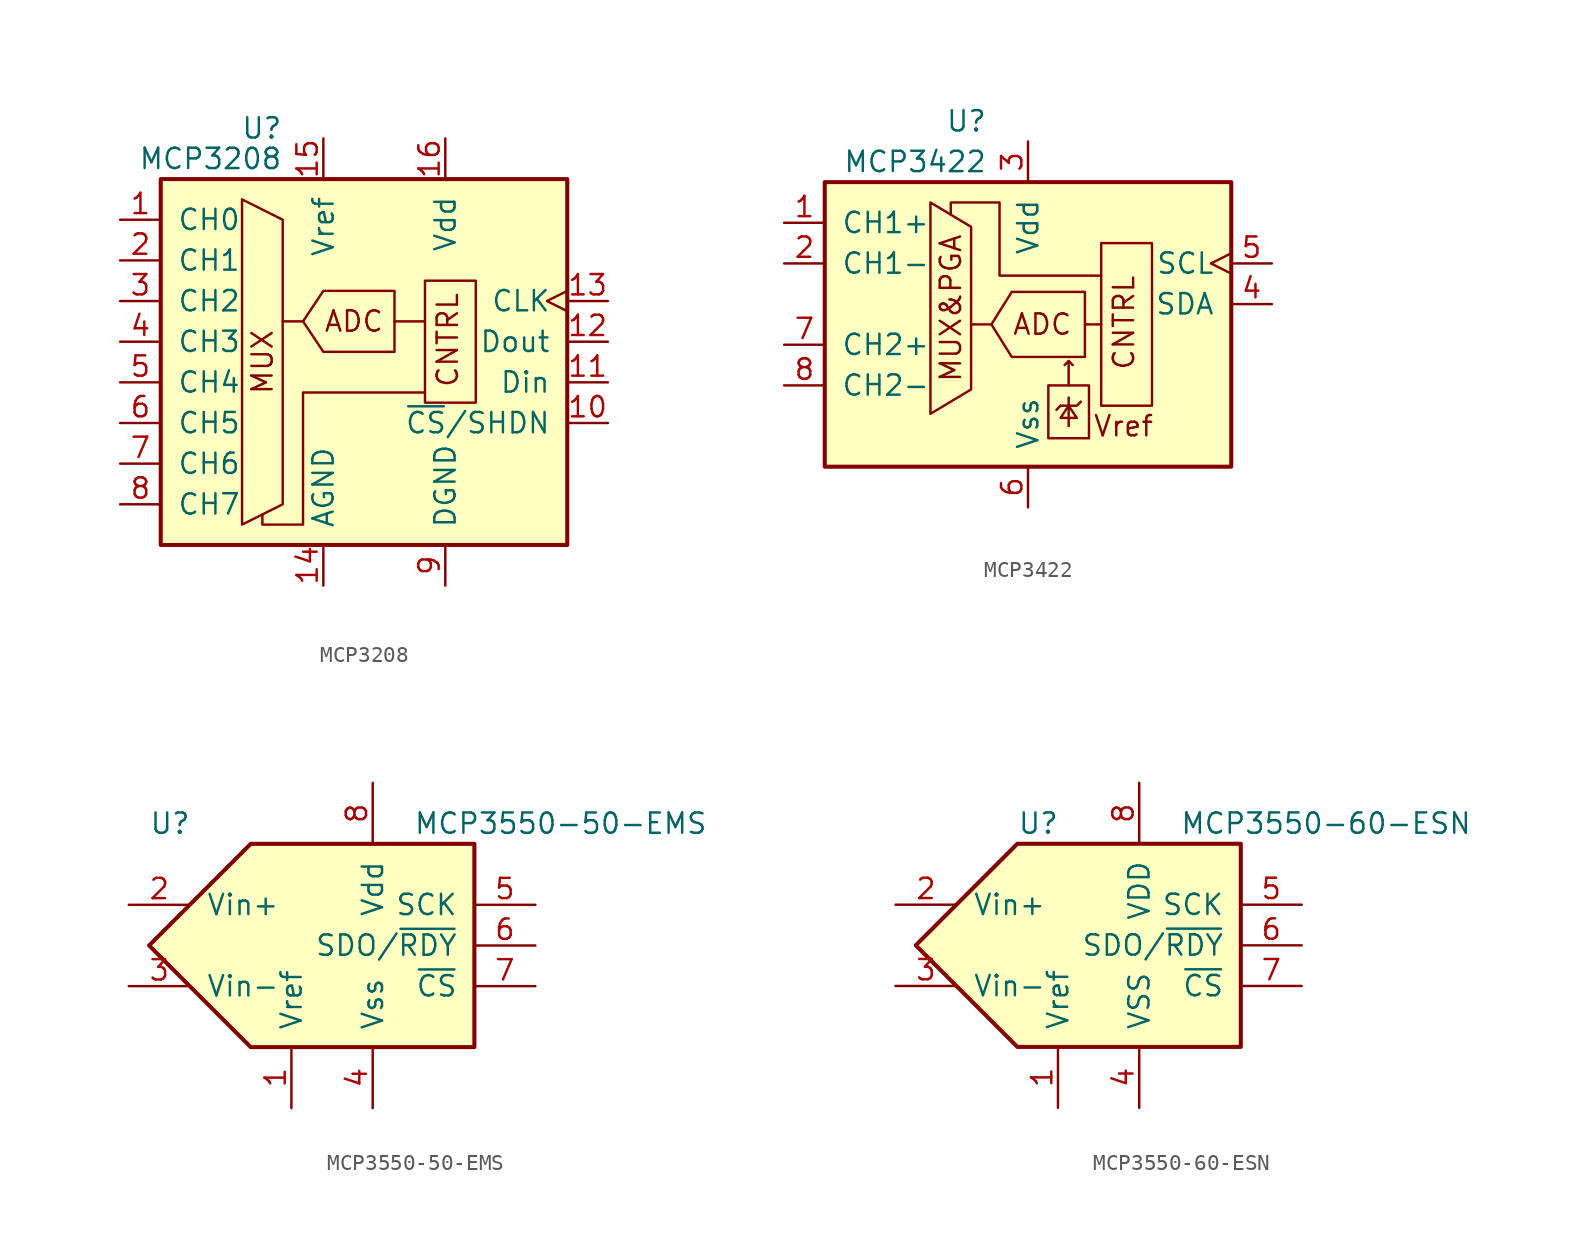
<source format=kicad_sym>
(kicad_symbol_lib
  (version 20201005)
  (generator kicad_symbol_editor)
  (symbol "MCP3208"
    (pin_names
      (offset 1.016))
    (property "Reference" "U"
      (at -5.08 13.335 0)
      (effects (font (size 1.27 1.27)) (justify right)))
    (property "Value" "MCP3208"
      (at -5.08 11.43 0)
      (effects (font (size 1.27 1.27)) (justify right)))
    (symbol "MCP3208_0_0"
      (text "ADC" (at -0.635 1.27 0) (effects (font (size 1.27 1.27))))
      (text "CNTRL" (at 5.969 -2.921 900) (effects (font (size 1.27 1.27)) (justify left bottom)))
      (text "MUX" (at -6.35 -1.27 900) (effects (font (size 1.27 1.27)))))
    (symbol "MCP3208_0_1"
      (rectangle (start 3.81 -3.81) (end 6.985 3.81) (stroke (width 0)) (fill (type none)))
      (rectangle (start 12.7 -12.7) (end -12.7 10.16) (stroke (width 0.254)) (fill (type background)))
      (polyline (pts (xy -3.81 1.27) (xy -5.08 1.27)) (stroke (width 0)) (fill (type none)))
      (polyline (pts (xy 1.905 1.27) (xy 3.81 1.27)) (stroke (width 0)) (fill (type none)))
      (polyline (pts (xy -7.62 8.89) (xy -7.62 -11.43) (xy -5.08 -10.16) (xy -5.08 7.62) (xy -7.62 8.89)) (stroke (width 0)) (fill (type none)))
      (polyline (pts (xy 3.81 -3.175) (xy -3.81 -3.175) (xy -3.81 -11.43) (xy -6.35 -11.43) (xy -6.35 -10.795)) (stroke (width 0)) (fill (type none)))
      (polyline (pts (xy 1.905 3.175) (xy 1.905 -0.635) (xy -2.54 -0.635) (xy -3.81 1.27) (xy -2.54 3.175) (xy 1.905 3.175)) (stroke (width 0)) (fill (type none))))
    (symbol "MCP3208_1_1"
      (pin input line (at -15.24 7.62 0) (length 2.54) (name "CH0" (effects (font (size 1.27 1.27)))) (number "1" (effects (font (size 1.27 1.27)))))
      (pin input line (at 15.24 -5.08 180) (length 2.54) (name "~CS~/SHDN" (effects (font (size 1.27 1.27)))) (number "10" (effects (font (size 1.27 1.27)))))
      (pin input line (at 15.24 -2.54 180) (length 2.54) (name "Din" (effects (font (size 1.27 1.27)))) (number "11" (effects (font (size 1.27 1.27)))))
      (pin output line (at 15.24 0 180) (length 2.54) (name "Dout" (effects (font (size 1.27 1.27)))) (number "12" (effects (font (size 1.27 1.27)))))
      (pin input clock (at 15.24 2.54 180) (length 2.54) (name "CLK" (effects (font (size 1.27 1.27)))) (number "13" (effects (font (size 1.27 1.27)))))
      (pin power_in line (at -2.54 -15.24 90) (length 2.54) (name "AGND" (effects (font (size 1.27 1.27)))) (number "14" (effects (font (size 1.27 1.27)))))
      (pin power_in line (at -2.54 12.7 270) (length 2.54) (name "Vref" (effects (font (size 1.27 1.27)))) (number "15" (effects (font (size 1.27 1.27)))))
      (pin power_in line (at 5.08 12.7 270) (length 2.54) (name "Vdd" (effects (font (size 1.27 1.27)))) (number "16" (effects (font (size 1.27 1.27)))))
      (pin input line (at -15.24 5.08 0) (length 2.54) (name "CH1" (effects (font (size 1.27 1.27)))) (number "2" (effects (font (size 1.27 1.27)))))
      (pin input line (at -15.24 2.54 0) (length 2.54) (name "CH2" (effects (font (size 1.27 1.27)))) (number "3" (effects (font (size 1.27 1.27)))))
      (pin input line (at -15.24 0 0) (length 2.54) (name "CH3" (effects (font (size 1.27 1.27)))) (number "4" (effects (font (size 1.27 1.27)))))
      (pin input line (at -15.24 -2.54 0) (length 2.54) (name "CH4" (effects (font (size 1.27 1.27)))) (number "5" (effects (font (size 1.27 1.27)))))
      (pin input line (at -15.24 -5.08 0) (length 2.54) (name "CH5" (effects (font (size 1.27 1.27)))) (number "6" (effects (font (size 1.27 1.27)))))
      (pin input line (at -15.24 -7.62 0) (length 2.54) (name "CH6" (effects (font (size 1.27 1.27)))) (number "7" (effects (font (size 1.27 1.27)))))
      (pin input line (at -15.24 -10.16 0) (length 2.54) (name "CH7" (effects (font (size 1.27 1.27)))) (number "8" (effects (font (size 1.27 1.27)))))
      (pin power_in line (at 5.08 -15.24 90) (length 2.54) (name "DGND" (effects (font (size 1.27 1.27)))) (number "9" (effects (font (size 1.27 1.27)))))))
  (symbol "MCP3422"
    (pin_names
      (offset 1.016))
    (property "Reference" "U"
      (at -2.54 11.43 0)
      (effects (font (size 1.27 1.27)) (justify right)))
    (property "Value" "MCP3422"
      (at -2.54 8.89 0)
      (effects (font (size 1.27 1.27)) (justify right)))
    (symbol "MCP3422_0_0"
      (text "ADC" (at 0.889 -1.27 0) (effects (font (size 1.27 1.27))))
      (text "CNTRL" (at 6.731 -4.191 900) (effects (font (size 1.27 1.27)) (justify left bottom)))
      (text "MUX&PGA" (at -4.826 -0.254 900) (effects (font (size 1.27 1.27))))
      (text "Vref" (at 5.969 -7.62 0) (effects (font (size 1.27 1.27))))
      (polyline (pts (xy -6.096 6.35) (xy -3.556 4.826) (xy -3.556 -5.334) (xy -6.096 -6.858) (xy -6.096 6.35)) (stroke (width 0)) (fill (type none)))
      (polyline (pts (xy 4.572 1.778) (xy -1.778 1.778) (xy -1.778 6.35) (xy -4.826 6.35) (xy -4.826 5.588)) (stroke (width 0)) (fill (type none)))
      (polyline (pts (xy 3.556 0.762) (xy 3.556 -3.302) (xy -1.016 -3.302) (xy -2.286 -1.27) (xy -1.016 0.762) (xy 3.556 0.762)) (stroke (width 0)) (fill (type none))))
    (symbol "MCP3422_0_1"
      (rectangle (start 1.27 -5.08) (end 3.81 -8.382) (stroke (width 0)) (fill (type none)))
      (rectangle (start 4.572 -6.35) (end 7.747 3.81) (stroke (width 0)) (fill (type none)))
      (rectangle (start 12.7 7.62) (end -12.7 -10.16) (stroke (width 0.254)) (fill (type background)))
      (polyline (pts (xy -3.556 -1.27) (xy -2.286 -1.27)) (stroke (width 0)) (fill (type none)))
      (polyline (pts (xy 2.032 -6.35) (xy 1.778 -6.604)) (stroke (width 0)) (fill (type none)))
      (polyline (pts (xy 2.54 -5.842) (xy 2.54 -7.62)) (stroke (width 0)) (fill (type none)))
      (polyline (pts (xy 2.54 -3.556) (xy 2.794 -3.81)) (stroke (width 0)) (fill (type none)))
      (polyline (pts (xy 3.556 -1.27) (xy 4.572 -1.27)) (stroke (width 0)) (fill (type none)))
      (polyline (pts (xy 2.032 -6.35) (xy 3.048 -6.35) (xy 3.302 -6.096)) (stroke (width 0)) (fill (type none)))
      (polyline (pts (xy 2.54 -5.08) (xy 2.54 -3.556) (xy 2.286 -3.81)) (stroke (width 0)) (fill (type none)))
      (polyline (pts (xy 2.54 -6.35) (xy 2.032 -7.112) (xy 3.048 -7.112) (xy 2.54 -6.35)) (stroke (width 0)) (fill (type none))))
    (symbol "MCP3422_1_1"
      (pin input line (at -15.24 5.08 0) (length 2.54) (name "CH1+" (effects (font (size 1.27 1.27)))) (number "1" (effects (font (size 1.27 1.27)))))
      (pin input line (at -15.24 2.54 0) (length 2.54) (name "CH1-" (effects (font (size 1.27 1.27)))) (number "2" (effects (font (size 1.27 1.27)))))
      (pin power_in line (at 0 10.16 270) (length 2.54) (name "Vdd" (effects (font (size 1.27 1.27)))) (number "3" (effects (font (size 1.27 1.27)))))
      (pin bidirectional line (at 15.24 0 180) (length 2.54) (name "SDA" (effects (font (size 1.27 1.27)))) (number "4" (effects (font (size 1.27 1.27)))))
      (pin input clock (at 15.24 2.54 180) (length 2.54) (name "SCL" (effects (font (size 1.27 1.27)))) (number "5" (effects (font (size 1.27 1.27)))))
      (pin power_in line (at 0 -12.7 90) (length 2.54) (name "Vss" (effects (font (size 1.27 1.27)))) (number "6" (effects (font (size 1.27 1.27)))))
      (pin input line (at -15.24 -2.54 0) (length 2.54) (name "CH2+" (effects (font (size 1.27 1.27)))) (number "7" (effects (font (size 1.27 1.27)))))
      (pin input line (at -15.24 -5.08 0) (length 2.54) (name "CH2-" (effects (font (size 1.27 1.27)))) (number "8" (effects (font (size 1.27 1.27)))))))
  (symbol "MCP3550-50-EMS"
    (pin_names
      (offset 1.016))
    (property "Reference" "U"
      (at -11.43 7.62 0)
      (effects (font (size 1.27 1.27)) (justify left)))
    (property "Value" "MCP3550-50-EMS"
      (at 5.08 7.62 0)
      (effects (font (size 1.27 1.27)) (justify left)))
    (symbol "MCP3550-50-EMS_0_1"
      (polyline (pts (xy -5.08 6.35) (xy 8.89 6.35) (xy 8.89 0) (xy 8.89 -6.35) (xy -5.08 -6.35) (xy -11.43 0) (xy -5.08 6.35)) (stroke (width 0.254)) (fill (type background))))
    (symbol "MCP3550-50-EMS_1_1"
      (pin input line (at -2.54 -10.16 90) (length 3.81) (name "Vref" (effects (font (size 1.27 1.27)))) (number "1" (effects (font (size 1.27 1.27)))))
      (pin passive line (at -12.7 2.54 0) (length 3.81) (name "Vin+" (effects (font (size 1.27 1.27)))) (number "2" (effects (font (size 1.27 1.27)))))
      (pin passive line (at -12.7 -2.54 0) (length 3.81) (name "Vin-" (effects (font (size 1.27 1.27)))) (number "3" (effects (font (size 1.27 1.27)))))
      (pin power_in line (at 2.54 -10.16 90) (length 3.81) (name "Vss" (effects (font (size 1.27 1.27)))) (number "4" (effects (font (size 1.27 1.27)))))
      (pin input line (at 12.7 2.54 180) (length 3.81) (name "SCK" (effects (font (size 1.27 1.27)))) (number "5" (effects (font (size 1.27 1.27)))))
      (pin output line (at 12.7 0 180) (length 3.81) (name "SDO/~RDY~" (effects (font (size 1.27 1.27)))) (number "6" (effects (font (size 1.27 1.27)))))
      (pin input line (at 12.7 -2.54 180) (length 3.81) (name "~CS~" (effects (font (size 1.27 1.27)))) (number "7" (effects (font (size 1.27 1.27)))))
      (pin power_in line (at 2.54 10.16 270) (length 3.81) (name "Vdd" (effects (font (size 1.27 1.27)))) (number "8" (effects (font (size 1.27 1.27)))))))
  (symbol "MCP3550-60-ESN"
    (pin_names
      (offset 1.016))
    (property "Reference" "U"
      (at -5.08 7.62 0)
      (effects (font (size 1.27 1.27)) (justify left)))
    (property "Value" "MCP3550-60-ESN"
      (at 5.08 7.62 0)
      (effects (font (size 1.27 1.27)) (justify left)))
    (symbol "MCP3550-60-ESN_0_1"
      (polyline (pts (xy -5.08 6.35) (xy 8.89 6.35) (xy 8.89 0) (xy 8.89 -6.35) (xy -5.08 -6.35) (xy -11.43 0) (xy -5.08 6.35)) (stroke (width 0.254)) (fill (type background))))
    (symbol "MCP3550-60-ESN_1_1"
      (pin input line (at -2.54 -10.16 90) (length 3.81) (name "Vref" (effects (font (size 1.27 1.27)))) (number "1" (effects (font (size 1.27 1.27)))))
      (pin passive line (at -12.7 2.54 0) (length 3.81) (name "Vin+" (effects (font (size 1.27 1.27)))) (number "2" (effects (font (size 1.27 1.27)))))
      (pin passive line (at -12.7 -2.54 0) (length 3.81) (name "Vin-" (effects (font (size 1.27 1.27)))) (number "3" (effects (font (size 1.27 1.27)))))
      (pin power_in line (at 2.54 -10.16 90) (length 3.81) (name "VSS" (effects (font (size 1.27 1.27)))) (number "4" (effects (font (size 1.27 1.27)))))
      (pin input line (at 12.7 2.54 180) (length 3.81) (name "SCK" (effects (font (size 1.27 1.27)))) (number "5" (effects (font (size 1.27 1.27)))))
      (pin output line (at 12.7 0 180) (length 3.81) (name "SDO/~RDY~" (effects (font (size 1.27 1.27)))) (number "6" (effects (font (size 1.27 1.27)))))
      (pin input line (at 12.7 -2.54 180) (length 3.81) (name "~CS~" (effects (font (size 1.27 1.27)))) (number "7" (effects (font (size 1.27 1.27)))))
      (pin power_in line (at 2.54 10.16 270) (length 3.81) (name "VDD" (effects (font (size 1.27 1.27)))) (number "8" (effects (font (size 1.27 1.27))))))))
</source>
